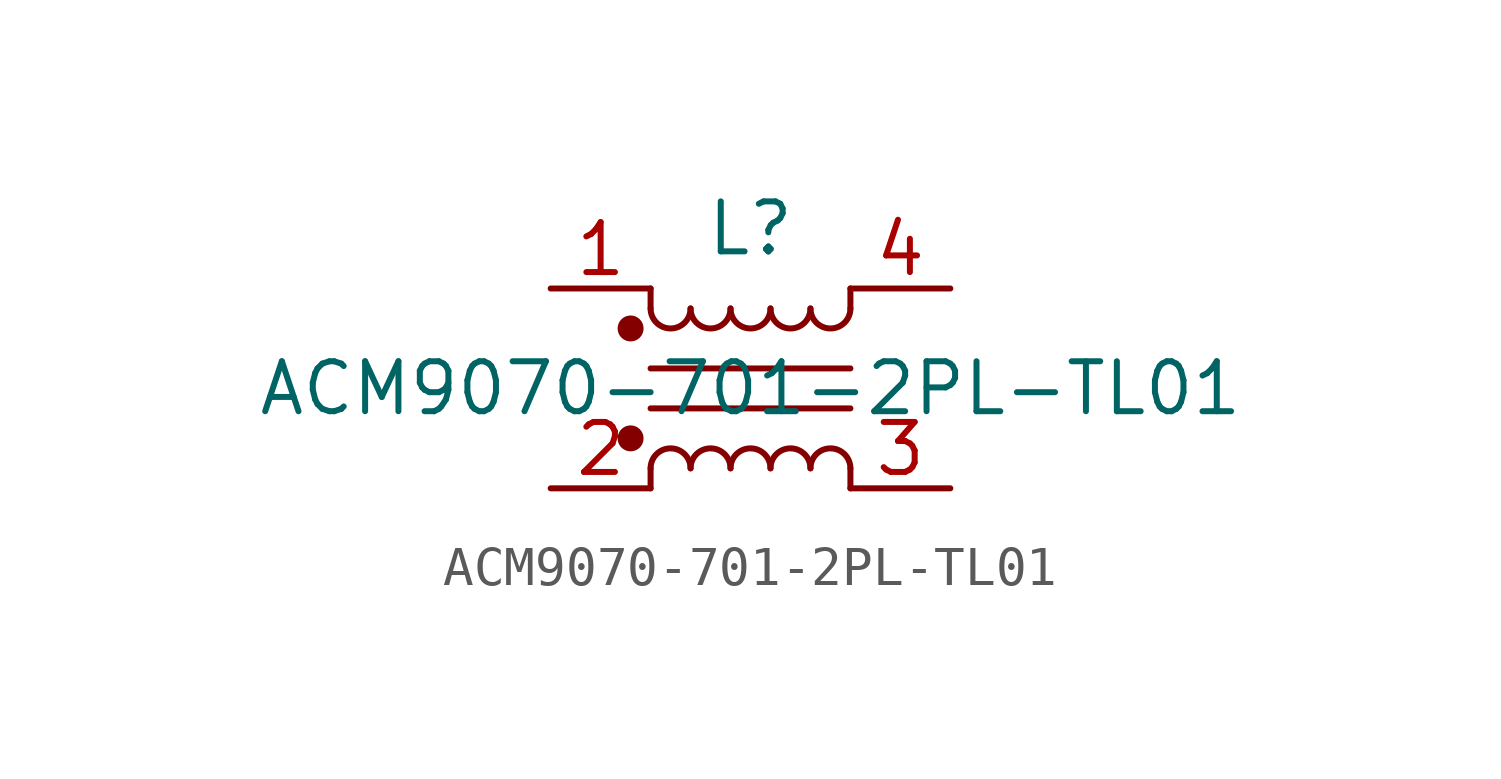
<source format=kicad_sym>
(kicad_symbol_lib
  (version 20241209)
  (generator "kicad_symbol_editor")
  (generator_version "9.0")
  (symbol "ACM9070-701-2PL-TL01"
    (property "Reference" "L"
      (at 0 4.064 0)
      (effects (font (size 1.27 1.27))))
    (property "Value" "ACM9070-701-2PL-TL01"
      (at 0 0 0)
      (effects (font (size 1.27 1.27))))
    (symbol "ACM9070-701-2PL-TL01_1_1"
      (circle (center -3.048 1.524) (radius 0.254) (stroke (width 0) (type default)) (fill (type outline)))
      (circle (center -3.048 -1.27) (radius 0.254) (stroke (width 0) (type default)) (fill (type outline)))
      (polyline (pts (xy -2.54 2.032) (xy -2.54 2.54)) (stroke (width 0) (type default)) (fill (type none)))
      (polyline (pts (xy -2.54 0.508) (xy 2.54 0.508)) (stroke (width 0) (type default)) (fill (type none)))
      (polyline (pts (xy -2.54 -2.032) (xy -2.54 -2.54)) (stroke (width 0) (type default)) (fill (type none)))
      (arc (start -1.524 2.032) (mid -2.032 1.5262) (end -2.54 2.032) (stroke (width 0) (type default)) (fill (type none)))
      (arc (start -2.54 -2.032) (mid -2.032 -1.5262) (end -1.524 -2.032) (stroke (width 0) (type default)) (fill (type none)))
      (arc (start -0.508 2.032) (mid -1.016 1.5262) (end -1.524 2.032) (stroke (width 0) (type default)) (fill (type none)))
      (arc (start -1.524 -2.032) (mid -1.016 -1.5262) (end -0.508 -2.032) (stroke (width 0) (type default)) (fill (type none)))
      (arc (start 0.508 2.032) (mid 0 1.5262) (end -0.508 2.032) (stroke (width 0) (type default)) (fill (type none)))
      (arc (start -0.508 -2.032) (mid 0 -1.5262) (end 0.508 -2.032) (stroke (width 0) (type default)) (fill (type none)))
      (arc (start 1.524 2.032) (mid 1.016 1.5262) (end 0.508 2.032) (stroke (width 0) (type default)) (fill (type none)))
      (arc (start 0.508 -2.032) (mid 1.016 -1.5262) (end 1.524 -2.032) (stroke (width 0) (type default)) (fill (type none)))
      (arc (start 2.54 2.032) (mid 2.032 1.5262) (end 1.524 2.032) (stroke (width 0) (type default)) (fill (type none)))
      (arc (start 1.524 -2.032) (mid 2.032 -1.5262) (end 2.54 -2.032) (stroke (width 0) (type default)) (fill (type none)))
      (polyline (pts (xy 2.54 2.54) (xy 2.54 2.032)) (stroke (width 0) (type default)) (fill (type none)))
      (polyline (pts (xy 2.54 -0.508) (xy -2.54 -0.508)) (stroke (width 0) (type default)) (fill (type none)))
      (polyline (pts (xy 2.54 -2.032) (xy 2.54 -2.54)) (stroke (width 0) (type default)) (fill (type none)))
      (pin passive line (at -5.08 2.54 0) (length 2.54) (name "" (effects (font (size 1.27 1.27)))) (number "1" (effects (font (size 1.27 1.27)))))
      (pin passive line (at -5.08 -2.54 0) (length 2.54) (name "" (effects (font (size 1.27 1.27)))) (number "2" (effects (font (size 1.27 1.27)))))
      (pin passive line (at 5.08 2.54 180) (length 2.54) (name "" (effects (font (size 1.27 1.27)))) (number "4" (effects (font (size 1.27 1.27)))))
      (pin passive line (at 5.08 -2.54 180) (length 2.54) (name "" (effects (font (size 1.27 1.27)))) (number "3" (effects (font (size 1.27 1.27))))))))
</source>
